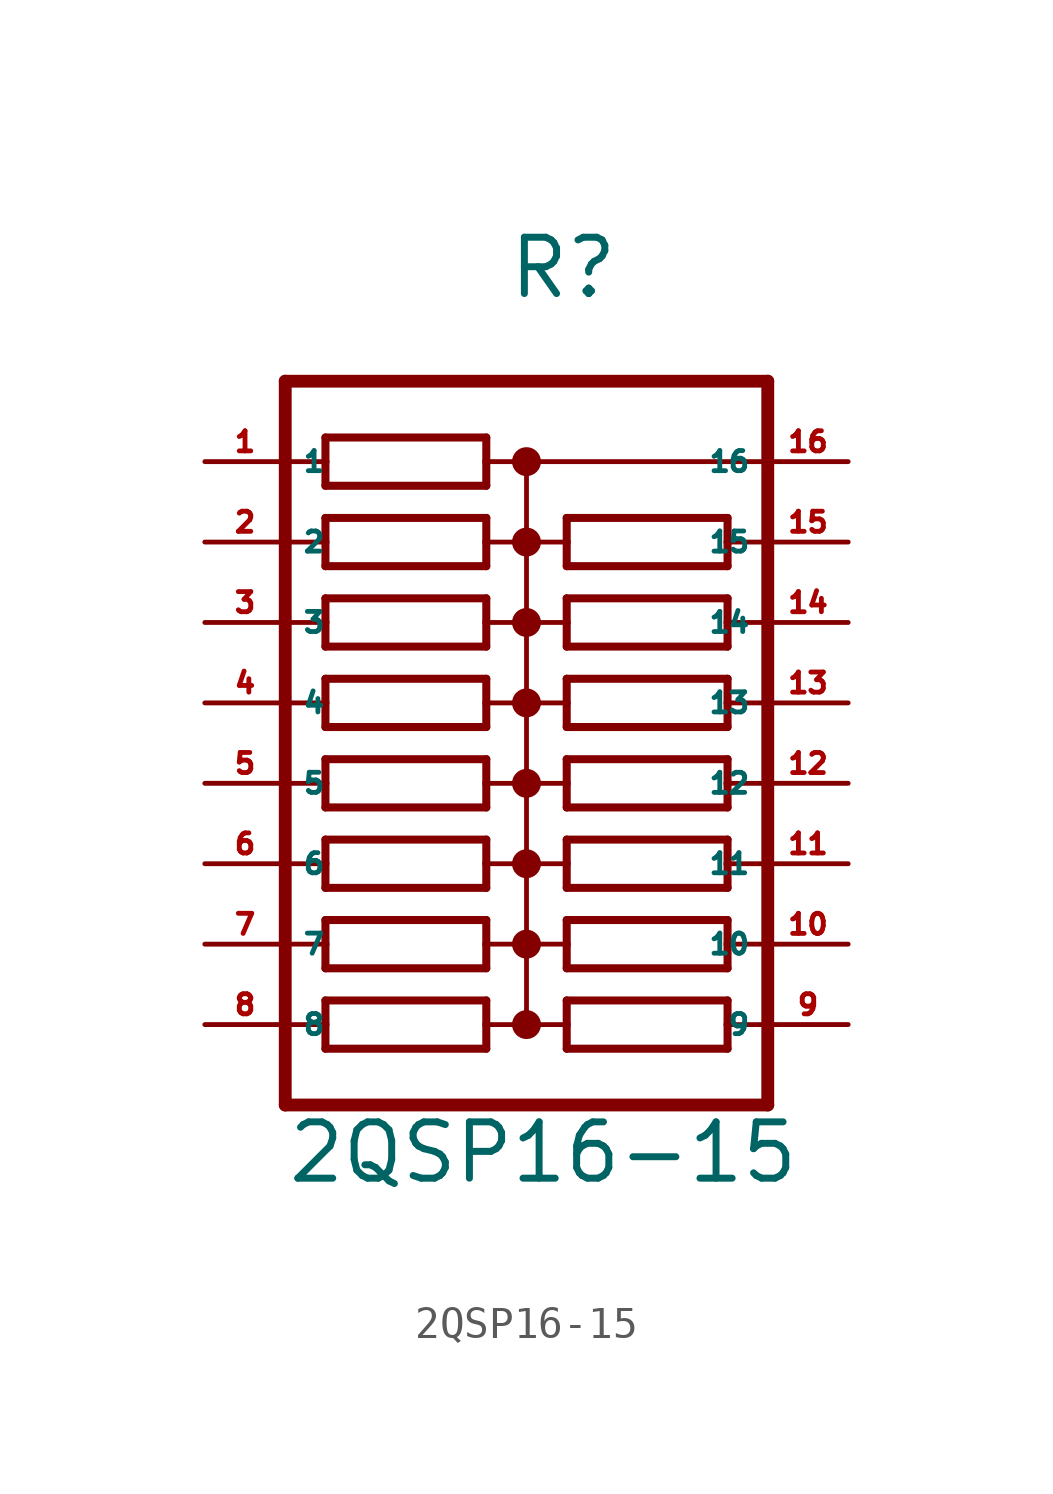
<source format=kicad_sym>
(kicad_symbol_lib
  (version 20220914)
  (generator Eagle2Kicad)
  (symbol "2QSP16-15"
    (property "Reference" "R"
      (at -0.635 15.24 0)
      (effects (font (size 1.778 1.778) (thickness 0.22)) (justify left bottom)))
    (property "Value" "2QSP16-15"
      (at -7.62 -12.7 0)
      (effects (font (size 1.778 1.778) (thickness 0.22)) (justify left bottom)))
    (polyline
      (pts (xy -6.35 9.398) (xy -1.27 9.398))
      (stroke (width 0.254) (type default))
      (fill (type none)))
    (polyline
      (pts (xy -1.27 10.922) (xy -6.35 10.922))
      (stroke (width 0.254) (type default))
      (fill (type none)))
    (polyline
      (pts (xy -1.27 9.398) (xy -1.27 10.16))
      (stroke (width 0.254) (type default))
      (fill (type none)))
    (polyline
      (pts (xy -6.35 10.922) (xy -6.35 10.16))
      (stroke (width 0.254) (type default))
      (fill (type none)))
    (polyline
      (pts (xy -6.35 10.16) (xy -7.62 10.16))
      (stroke (width 0.152) (type default))
      (fill (type none)))
    (polyline
      (pts (xy -6.35 10.16) (xy -6.35 9.398))
      (stroke (width 0.254) (type default))
      (fill (type none)))
    (polyline
      (pts (xy 0 10.16) (xy -1.27 10.16))
      (stroke (width 0.152) (type default))
      (fill (type none)))
    (polyline
      (pts (xy -1.27 10.16) (xy -1.27 10.922))
      (stroke (width 0.254) (type default))
      (fill (type none)))
    (polyline
      (pts (xy 0 10.16) (xy 0 7.62))
      (stroke (width 0.152) (type default))
      (fill (type none)))
    (polyline
      (pts (xy 0 7.62) (xy -1.27 7.62))
      (stroke (width 0.152) (type default))
      (fill (type none)))
    (polyline
      (pts (xy 0 7.62) (xy 0 5.08))
      (stroke (width 0.152) (type default))
      (fill (type none)))
    (polyline
      (pts (xy 0 5.08) (xy -1.27 5.08))
      (stroke (width 0.152) (type default))
      (fill (type none)))
    (polyline
      (pts (xy 0 5.08) (xy 0 2.54))
      (stroke (width 0.152) (type default))
      (fill (type none)))
    (polyline
      (pts (xy 0 2.54) (xy -1.27 2.54))
      (stroke (width 0.152) (type default))
      (fill (type none)))
    (polyline
      (pts (xy 0 2.54) (xy 0 0))
      (stroke (width 0.152) (type default))
      (fill (type none)))
    (polyline
      (pts (xy 0 0) (xy -1.27 0))
      (stroke (width 0.152) (type default))
      (fill (type none)))
    (polyline
      (pts (xy -7.62 0) (xy -6.35 0))
      (stroke (width 0.152) (type default))
      (fill (type none)))
    (polyline
      (pts (xy -7.62 2.54) (xy -6.35 2.54))
      (stroke (width 0.152) (type default))
      (fill (type none)))
    (polyline
      (pts (xy -7.62 5.08) (xy -6.35 5.08))
      (stroke (width 0.152) (type default))
      (fill (type none)))
    (polyline
      (pts (xy -7.62 7.62) (xy -6.35 7.62))
      (stroke (width 0.152) (type default))
      (fill (type none)))
    (polyline
      (pts (xy -6.35 7.62) (xy -6.35 6.858))
      (stroke (width 0.254) (type default))
      (fill (type none)))
    (polyline
      (pts (xy -6.35 8.382) (xy -6.35 7.62))
      (stroke (width 0.254) (type default))
      (fill (type none)))
    (polyline
      (pts (xy -1.27 6.858) (xy -1.27 7.62))
      (stroke (width 0.254) (type default))
      (fill (type none)))
    (polyline
      (pts (xy -1.27 7.62) (xy -1.27 8.382))
      (stroke (width 0.254) (type default))
      (fill (type none)))
    (polyline
      (pts (xy -6.35 6.858) (xy -1.27 6.858))
      (stroke (width 0.254) (type default))
      (fill (type none)))
    (polyline
      (pts (xy -1.27 8.382) (xy -6.35 8.382))
      (stroke (width 0.254) (type default))
      (fill (type none)))
    (polyline
      (pts (xy -6.35 4.318) (xy -1.27 4.318))
      (stroke (width 0.254) (type default))
      (fill (type none)))
    (polyline
      (pts (xy -6.35 1.778) (xy -1.27 1.778))
      (stroke (width 0.254) (type default))
      (fill (type none)))
    (polyline
      (pts (xy -6.35 -0.762) (xy -1.27 -0.762))
      (stroke (width 0.254) (type default))
      (fill (type none)))
    (polyline
      (pts (xy -1.27 5.842) (xy -6.35 5.842))
      (stroke (width 0.254) (type default))
      (fill (type none)))
    (polyline
      (pts (xy -1.27 3.302) (xy -6.35 3.302))
      (stroke (width 0.254) (type default))
      (fill (type none)))
    (polyline
      (pts (xy -1.27 0.762) (xy -6.35 0.762))
      (stroke (width 0.254) (type default))
      (fill (type none)))
    (polyline
      (pts (xy -1.27 4.318) (xy -1.27 5.08))
      (stroke (width 0.254) (type default))
      (fill (type none)))
    (polyline
      (pts (xy -1.27 1.778) (xy -1.27 2.54))
      (stroke (width 0.254) (type default))
      (fill (type none)))
    (polyline
      (pts (xy -1.27 -0.762) (xy -1.27 0))
      (stroke (width 0.254) (type default))
      (fill (type none)))
    (polyline
      (pts (xy -1.27 5.08) (xy -1.27 5.842))
      (stroke (width 0.254) (type default))
      (fill (type none)))
    (polyline
      (pts (xy -1.27 2.54) (xy -1.27 3.302))
      (stroke (width 0.254) (type default))
      (fill (type none)))
    (polyline
      (pts (xy -1.27 0) (xy -1.27 0.762))
      (stroke (width 0.254) (type default))
      (fill (type none)))
    (polyline
      (pts (xy -6.35 5.08) (xy -6.35 4.318))
      (stroke (width 0.254) (type default))
      (fill (type none)))
    (polyline
      (pts (xy -6.35 2.54) (xy -6.35 1.778))
      (stroke (width 0.254) (type default))
      (fill (type none)))
    (polyline
      (pts (xy -6.35 0) (xy -6.35 -0.762))
      (stroke (width 0.254) (type default))
      (fill (type none)))
    (polyline
      (pts (xy -6.35 5.842) (xy -6.35 5.08))
      (stroke (width 0.254) (type default))
      (fill (type none)))
    (polyline
      (pts (xy -6.35 3.302) (xy -6.35 2.54))
      (stroke (width 0.254) (type default))
      (fill (type none)))
    (polyline
      (pts (xy -6.35 0.762) (xy -6.35 0))
      (stroke (width 0.254) (type default))
      (fill (type none)))
    (polyline
      (pts (xy 7.62 12.7) (xy -7.62 12.7))
      (stroke (width 0.406) (type default))
      (fill (type none)))
    (polyline
      (pts (xy -6.35 -3.302) (xy -1.27 -3.302))
      (stroke (width 0.254) (type default))
      (fill (type none)))
    (polyline
      (pts (xy -1.27 -1.778) (xy -6.35 -1.778))
      (stroke (width 0.254) (type default))
      (fill (type none)))
    (polyline
      (pts (xy -1.27 -3.302) (xy -1.27 -2.54))
      (stroke (width 0.254) (type default))
      (fill (type none)))
    (polyline
      (pts (xy -6.35 -1.778) (xy -6.35 -2.54))
      (stroke (width 0.254) (type default))
      (fill (type none)))
    (polyline
      (pts (xy -6.35 -2.54) (xy -7.62 -2.54))
      (stroke (width 0.152) (type default))
      (fill (type none)))
    (polyline
      (pts (xy -6.35 -2.54) (xy -6.35 -3.302))
      (stroke (width 0.254) (type default))
      (fill (type none)))
    (polyline
      (pts (xy 0 -2.54) (xy -1.27 -2.54))
      (stroke (width 0.152) (type default))
      (fill (type none)))
    (polyline
      (pts (xy -1.27 -2.54) (xy -1.27 -1.778))
      (stroke (width 0.254) (type default))
      (fill (type none)))
    (polyline
      (pts (xy 0 -2.54) (xy 0 -5.08))
      (stroke (width 0.152) (type default))
      (fill (type none)))
    (polyline
      (pts (xy 0 -5.08) (xy -1.27 -5.08))
      (stroke (width 0.152) (type default))
      (fill (type none)))
    (polyline
      (pts (xy 0 -5.08) (xy 0 -7.62))
      (stroke (width 0.152) (type default))
      (fill (type none)))
    (polyline
      (pts (xy 0 -7.62) (xy -1.27 -7.62))
      (stroke (width 0.152) (type default))
      (fill (type none)))
    (polyline
      (pts (xy -7.62 -7.62) (xy -6.35 -7.62))
      (stroke (width 0.152) (type default))
      (fill (type none)))
    (polyline
      (pts (xy -7.62 -5.08) (xy -6.35 -5.08))
      (stroke (width 0.152) (type default))
      (fill (type none)))
    (polyline
      (pts (xy -6.35 -5.08) (xy -6.35 -5.842))
      (stroke (width 0.254) (type default))
      (fill (type none)))
    (polyline
      (pts (xy -6.35 -4.318) (xy -6.35 -5.08))
      (stroke (width 0.254) (type default))
      (fill (type none)))
    (polyline
      (pts (xy -1.27 -5.842) (xy -1.27 -5.08))
      (stroke (width 0.254) (type default))
      (fill (type none)))
    (polyline
      (pts (xy -1.27 -5.08) (xy -1.27 -4.318))
      (stroke (width 0.254) (type default))
      (fill (type none)))
    (polyline
      (pts (xy -6.35 -5.842) (xy -1.27 -5.842))
      (stroke (width 0.254) (type default))
      (fill (type none)))
    (polyline
      (pts (xy -1.27 -4.318) (xy -6.35 -4.318))
      (stroke (width 0.254) (type default))
      (fill (type none)))
    (polyline
      (pts (xy -6.35 -8.382) (xy -1.27 -8.382))
      (stroke (width 0.254) (type default))
      (fill (type none)))
    (polyline
      (pts (xy -1.27 -6.858) (xy -6.35 -6.858))
      (stroke (width 0.254) (type default))
      (fill (type none)))
    (polyline
      (pts (xy -1.27 -8.382) (xy -1.27 -7.62))
      (stroke (width 0.254) (type default))
      (fill (type none)))
    (polyline
      (pts (xy -1.27 -7.62) (xy -1.27 -6.858))
      (stroke (width 0.254) (type default))
      (fill (type none)))
    (polyline
      (pts (xy -6.35 -7.62) (xy -6.35 -8.382))
      (stroke (width 0.254) (type default))
      (fill (type none)))
    (polyline
      (pts (xy -6.35 -6.858) (xy -6.35 -7.62))
      (stroke (width 0.254) (type default))
      (fill (type none)))
    (polyline
      (pts (xy 7.62 12.7) (xy 7.62 10.16))
      (stroke (width 0.406) (type default))
      (fill (type none)))
    (polyline
      (pts (xy 7.62 10.16) (xy 7.62 7.62))
      (stroke (width 0.406) (type default))
      (fill (type none)))
    (polyline
      (pts (xy 7.62 7.62) (xy 7.62 5.08))
      (stroke (width 0.406) (type default))
      (fill (type none)))
    (polyline
      (pts (xy 7.62 5.08) (xy 7.62 2.54))
      (stroke (width 0.406) (type default))
      (fill (type none)))
    (polyline
      (pts (xy 7.62 2.54) (xy 7.62 0))
      (stroke (width 0.406) (type default))
      (fill (type none)))
    (polyline
      (pts (xy 7.62 0) (xy 7.62 -2.54))
      (stroke (width 0.406) (type default))
      (fill (type none)))
    (polyline
      (pts (xy 7.62 -2.54) (xy 7.62 -5.08))
      (stroke (width 0.406) (type default))
      (fill (type none)))
    (polyline
      (pts (xy 7.62 -5.08) (xy 7.62 -7.62))
      (stroke (width 0.406) (type default))
      (fill (type none)))
    (polyline
      (pts (xy 7.62 -7.62) (xy 7.62 -10.16))
      (stroke (width 0.406) (type default))
      (fill (type none)))
    (polyline
      (pts (xy 7.62 -10.16) (xy -7.62 -10.16))
      (stroke (width 0.406) (type default))
      (fill (type none)))
    (polyline
      (pts (xy -7.62 12.7) (xy -7.62 -10.16))
      (stroke (width 0.406) (type default))
      (fill (type none)))
    (polyline
      (pts (xy 0 0) (xy 0 -2.54))
      (stroke (width 0.152) (type default))
      (fill (type none)))
    (polyline
      (pts (xy 0 10.16) (xy 7.62 10.16))
      (stroke (width 0.152) (type default))
      (fill (type none)))
    (polyline
      (pts (xy 6.35 -6.858) (xy 1.27 -6.858))
      (stroke (width 0.254) (type default))
      (fill (type none)))
    (polyline
      (pts (xy 1.27 -8.382) (xy 6.35 -8.382))
      (stroke (width 0.254) (type default))
      (fill (type none)))
    (polyline
      (pts (xy 1.27 -6.858) (xy 1.27 -7.62))
      (stroke (width 0.254) (type default))
      (fill (type none)))
    (polyline
      (pts (xy 6.35 -8.382) (xy 6.35 -7.62))
      (stroke (width 0.254) (type default))
      (fill (type none)))
    (polyline
      (pts (xy 6.35 -7.62) (xy 7.62 -7.62))
      (stroke (width 0.152) (type default))
      (fill (type none)))
    (polyline
      (pts (xy 6.35 -7.62) (xy 6.35 -6.858))
      (stroke (width 0.254) (type default))
      (fill (type none)))
    (polyline
      (pts (xy 0 -7.62) (xy 1.27 -7.62))
      (stroke (width 0.152) (type default))
      (fill (type none)))
    (polyline
      (pts (xy 1.27 -7.62) (xy 1.27 -8.382))
      (stroke (width 0.254) (type default))
      (fill (type none)))
    (polyline
      (pts (xy 0 -5.08) (xy 1.27 -5.08))
      (stroke (width 0.152) (type default))
      (fill (type none)))
    (polyline
      (pts (xy 0 -2.54) (xy 1.27 -2.54))
      (stroke (width 0.152) (type default))
      (fill (type none)))
    (polyline
      (pts (xy 0 0) (xy 1.27 0))
      (stroke (width 0.152) (type default))
      (fill (type none)))
    (polyline
      (pts (xy 0 2.54) (xy 1.27 2.54))
      (stroke (width 0.152) (type default))
      (fill (type none)))
    (polyline
      (pts (xy 7.62 2.54) (xy 6.35 2.54))
      (stroke (width 0.152) (type default))
      (fill (type none)))
    (polyline
      (pts (xy 7.62 0) (xy 6.35 0))
      (stroke (width 0.152) (type default))
      (fill (type none)))
    (polyline
      (pts (xy 7.62 -2.54) (xy 6.35 -2.54))
      (stroke (width 0.152) (type default))
      (fill (type none)))
    (polyline
      (pts (xy 7.62 -5.08) (xy 6.35 -5.08))
      (stroke (width 0.152) (type default))
      (fill (type none)))
    (polyline
      (pts (xy 6.35 -5.08) (xy 6.35 -4.318))
      (stroke (width 0.254) (type default))
      (fill (type none)))
    (polyline
      (pts (xy 6.35 -5.842) (xy 6.35 -5.08))
      (stroke (width 0.254) (type default))
      (fill (type none)))
    (polyline
      (pts (xy 1.27 -4.318) (xy 1.27 -5.08))
      (stroke (width 0.254) (type default))
      (fill (type none)))
    (polyline
      (pts (xy 1.27 -5.08) (xy 1.27 -5.842))
      (stroke (width 0.254) (type default))
      (fill (type none)))
    (polyline
      (pts (xy 6.35 -4.318) (xy 1.27 -4.318))
      (stroke (width 0.254) (type default))
      (fill (type none)))
    (polyline
      (pts (xy 1.27 -5.842) (xy 6.35 -5.842))
      (stroke (width 0.254) (type default))
      (fill (type none)))
    (polyline
      (pts (xy 6.35 -1.778) (xy 1.27 -1.778))
      (stroke (width 0.254) (type default))
      (fill (type none)))
    (polyline
      (pts (xy 6.35 0.762) (xy 1.27 0.762))
      (stroke (width 0.254) (type default))
      (fill (type none)))
    (polyline
      (pts (xy 6.35 3.302) (xy 1.27 3.302))
      (stroke (width 0.254) (type default))
      (fill (type none)))
    (polyline
      (pts (xy 1.27 -3.302) (xy 6.35 -3.302))
      (stroke (width 0.254) (type default))
      (fill (type none)))
    (polyline
      (pts (xy 1.27 -0.762) (xy 6.35 -0.762))
      (stroke (width 0.254) (type default))
      (fill (type none)))
    (polyline
      (pts (xy 1.27 1.778) (xy 6.35 1.778))
      (stroke (width 0.254) (type default))
      (fill (type none)))
    (polyline
      (pts (xy 1.27 -1.778) (xy 1.27 -2.54))
      (stroke (width 0.254) (type default))
      (fill (type none)))
    (polyline
      (pts (xy 1.27 0.762) (xy 1.27 0))
      (stroke (width 0.254) (type default))
      (fill (type none)))
    (polyline
      (pts (xy 1.27 3.302) (xy 1.27 2.54))
      (stroke (width 0.254) (type default))
      (fill (type none)))
    (polyline
      (pts (xy 1.27 -2.54) (xy 1.27 -3.302))
      (stroke (width 0.254) (type default))
      (fill (type none)))
    (polyline
      (pts (xy 1.27 0) (xy 1.27 -0.762))
      (stroke (width 0.254) (type default))
      (fill (type none)))
    (polyline
      (pts (xy 1.27 2.54) (xy 1.27 1.778))
      (stroke (width 0.254) (type default))
      (fill (type none)))
    (polyline
      (pts (xy 6.35 -2.54) (xy 6.35 -1.778))
      (stroke (width 0.254) (type default))
      (fill (type none)))
    (polyline
      (pts (xy 6.35 0) (xy 6.35 0.762))
      (stroke (width 0.254) (type default))
      (fill (type none)))
    (polyline
      (pts (xy 6.35 2.54) (xy 6.35 3.302))
      (stroke (width 0.254) (type default))
      (fill (type none)))
    (polyline
      (pts (xy 6.35 -3.302) (xy 6.35 -2.54))
      (stroke (width 0.254) (type default))
      (fill (type none)))
    (polyline
      (pts (xy 6.35 -0.762) (xy 6.35 0))
      (stroke (width 0.254) (type default))
      (fill (type none)))
    (polyline
      (pts (xy 6.35 1.778) (xy 6.35 2.54))
      (stroke (width 0.254) (type default))
      (fill (type none)))
    (polyline
      (pts (xy 6.35 5.842) (xy 1.27 5.842))
      (stroke (width 0.254) (type default))
      (fill (type none)))
    (polyline
      (pts (xy 1.27 4.318) (xy 6.35 4.318))
      (stroke (width 0.254) (type default))
      (fill (type none)))
    (polyline
      (pts (xy 1.27 5.842) (xy 1.27 5.08))
      (stroke (width 0.254) (type default))
      (fill (type none)))
    (polyline
      (pts (xy 6.35 4.318) (xy 6.35 5.08))
      (stroke (width 0.254) (type default))
      (fill (type none)))
    (polyline
      (pts (xy 6.35 5.08) (xy 7.62 5.08))
      (stroke (width 0.152) (type default))
      (fill (type none)))
    (polyline
      (pts (xy 6.35 5.08) (xy 6.35 5.842))
      (stroke (width 0.254) (type default))
      (fill (type none)))
    (polyline
      (pts (xy 0 5.08) (xy 1.27 5.08))
      (stroke (width 0.152) (type default))
      (fill (type none)))
    (polyline
      (pts (xy 1.27 5.08) (xy 1.27 4.318))
      (stroke (width 0.254) (type default))
      (fill (type none)))
    (polyline
      (pts (xy 0 7.62) (xy 1.27 7.62))
      (stroke (width 0.152) (type default))
      (fill (type none)))
    (polyline
      (pts (xy 7.62 7.62) (xy 6.35 7.62))
      (stroke (width 0.152) (type default))
      (fill (type none)))
    (polyline
      (pts (xy 6.35 7.62) (xy 6.35 8.382))
      (stroke (width 0.254) (type default))
      (fill (type none)))
    (polyline
      (pts (xy 6.35 6.858) (xy 6.35 7.62))
      (stroke (width 0.254) (type default))
      (fill (type none)))
    (polyline
      (pts (xy 1.27 8.382) (xy 1.27 7.62))
      (stroke (width 0.254) (type default))
      (fill (type none)))
    (polyline
      (pts (xy 1.27 7.62) (xy 1.27 6.858))
      (stroke (width 0.254) (type default))
      (fill (type none)))
    (polyline
      (pts (xy 6.35 8.382) (xy 1.27 8.382))
      (stroke (width 0.254) (type default))
      (fill (type none)))
    (polyline
      (pts (xy 1.27 6.858) (xy 6.35 6.858))
      (stroke (width 0.254) (type default))
      (fill (type none)))
    (circle
      (center 0 10.16)
      (radius 0.254)
      (stroke (width 0.406) (type default))
      (fill (type none)))
    (circle
      (center 0 7.62)
      (radius 0.254)
      (stroke (width 0.406) (type default))
      (fill (type none)))
    (circle
      (center 0 5.08)
      (radius 0.254)
      (stroke (width 0.406) (type default))
      (fill (type none)))
    (circle
      (center 0 2.54)
      (radius 0.254)
      (stroke (width 0.406) (type default))
      (fill (type none)))
    (circle
      (center 0 0)
      (radius 0.254)
      (stroke (width 0.406) (type default))
      (fill (type none)))
    (circle
      (center 0 -2.54)
      (radius 0.254)
      (stroke (width 0.406) (type default))
      (fill (type none)))
    (circle
      (center 0 -5.08)
      (radius 0.254)
      (stroke (width 0.406) (type default))
      (fill (type none)))
    (circle
      (center 0 -7.62)
      (radius 0.254)
      (stroke (width 0.406) (type default))
      (fill (type none)))
    (pin passive line
      (at 10.16 10.16 180)
      (length 2.54)
      (name "16" (effects (font (size 0.635 0.635) (thickness 0.08)) (justify left bottom)))
      (number "16" (effects (font (size 0.635 0.635) (thickness 0.08)) (justify left bottom))))
    (pin passive line
      (at -10.16 7.62 0)
      (length 2.54)
      (name "2" (effects (font (size 0.635 0.635) (thickness 0.08)) (justify left bottom)))
      (number "2" (effects (font (size 0.635 0.635) (thickness 0.08)) (justify left bottom))))
    (pin passive line
      (at -10.16 5.08 0)
      (length 2.54)
      (name "3" (effects (font (size 0.635 0.635) (thickness 0.08)) (justify left bottom)))
      (number "3" (effects (font (size 0.635 0.635) (thickness 0.08)) (justify left bottom))))
    (pin passive line
      (at -10.16 2.54 0)
      (length 2.54)
      (name "4" (effects (font (size 0.635 0.635) (thickness 0.08)) (justify left bottom)))
      (number "4" (effects (font (size 0.635 0.635) (thickness 0.08)) (justify left bottom))))
    (pin passive line
      (at -10.16 0 0)
      (length 2.54)
      (name "5" (effects (font (size 0.635 0.635) (thickness 0.08)) (justify left bottom)))
      (number "5" (effects (font (size 0.635 0.635) (thickness 0.08)) (justify left bottom))))
    (pin passive line
      (at -10.16 -2.54 0)
      (length 2.54)
      (name "6" (effects (font (size 0.635 0.635) (thickness 0.08)) (justify left bottom)))
      (number "6" (effects (font (size 0.635 0.635) (thickness 0.08)) (justify left bottom))))
    (pin passive line
      (at -10.16 -5.08 0)
      (length 2.54)
      (name "7" (effects (font (size 0.635 0.635) (thickness 0.08)) (justify left bottom)))
      (number "7" (effects (font (size 0.635 0.635) (thickness 0.08)) (justify left bottom))))
    (pin passive line
      (at -10.16 -7.62 0)
      (length 2.54)
      (name "8" (effects (font (size 0.635 0.635) (thickness 0.08)) (justify left bottom)))
      (number "8" (effects (font (size 0.635 0.635) (thickness 0.08)) (justify left bottom))))
    (pin passive line
      (at -10.16 10.16 0)
      (length 2.54)
      (name "1" (effects (font (size 0.635 0.635) (thickness 0.08)) (justify left bottom)))
      (number "1" (effects (font (size 0.635 0.635) (thickness 0.08)) (justify left bottom))))
    (pin passive line
      (at 10.16 -7.62 180)
      (length 2.54)
      (name "9" (effects (font (size 0.635 0.635) (thickness 0.08)) (justify left bottom)))
      (number "9" (effects (font (size 0.635 0.635) (thickness 0.08)) (justify left bottom))))
    (pin passive line
      (at 10.16 -5.08 180)
      (length 2.54)
      (name "10" (effects (font (size 0.635 0.635) (thickness 0.08)) (justify left bottom)))
      (number "10" (effects (font (size 0.635 0.635) (thickness 0.08)) (justify left bottom))))
    (pin passive line
      (at 10.16 -2.54 180)
      (length 2.54)
      (name "11" (effects (font (size 0.635 0.635) (thickness 0.08)) (justify left bottom)))
      (number "11" (effects (font (size 0.635 0.635) (thickness 0.08)) (justify left bottom))))
    (pin passive line
      (at 10.16 0 180)
      (length 2.54)
      (name "12" (effects (font (size 0.635 0.635) (thickness 0.08)) (justify left bottom)))
      (number "12" (effects (font (size 0.635 0.635) (thickness 0.08)) (justify left bottom))))
    (pin passive line
      (at 10.16 2.54 180)
      (length 2.54)
      (name "13" (effects (font (size 0.635 0.635) (thickness 0.08)) (justify left bottom)))
      (number "13" (effects (font (size 0.635 0.635) (thickness 0.08)) (justify left bottom))))
    (pin passive line
      (at 10.16 5.08 180)
      (length 2.54)
      (name "14" (effects (font (size 0.635 0.635) (thickness 0.08)) (justify left bottom)))
      (number "14" (effects (font (size 0.635 0.635) (thickness 0.08)) (justify left bottom))))
    (pin passive line
      (at 10.16 7.62 180)
      (length 2.54)
      (name "15" (effects (font (size 0.635 0.635) (thickness 0.08)) (justify left bottom)))
      (number "15" (effects (font (size 0.635 0.635) (thickness 0.08)) (justify left bottom))))))
</source>
